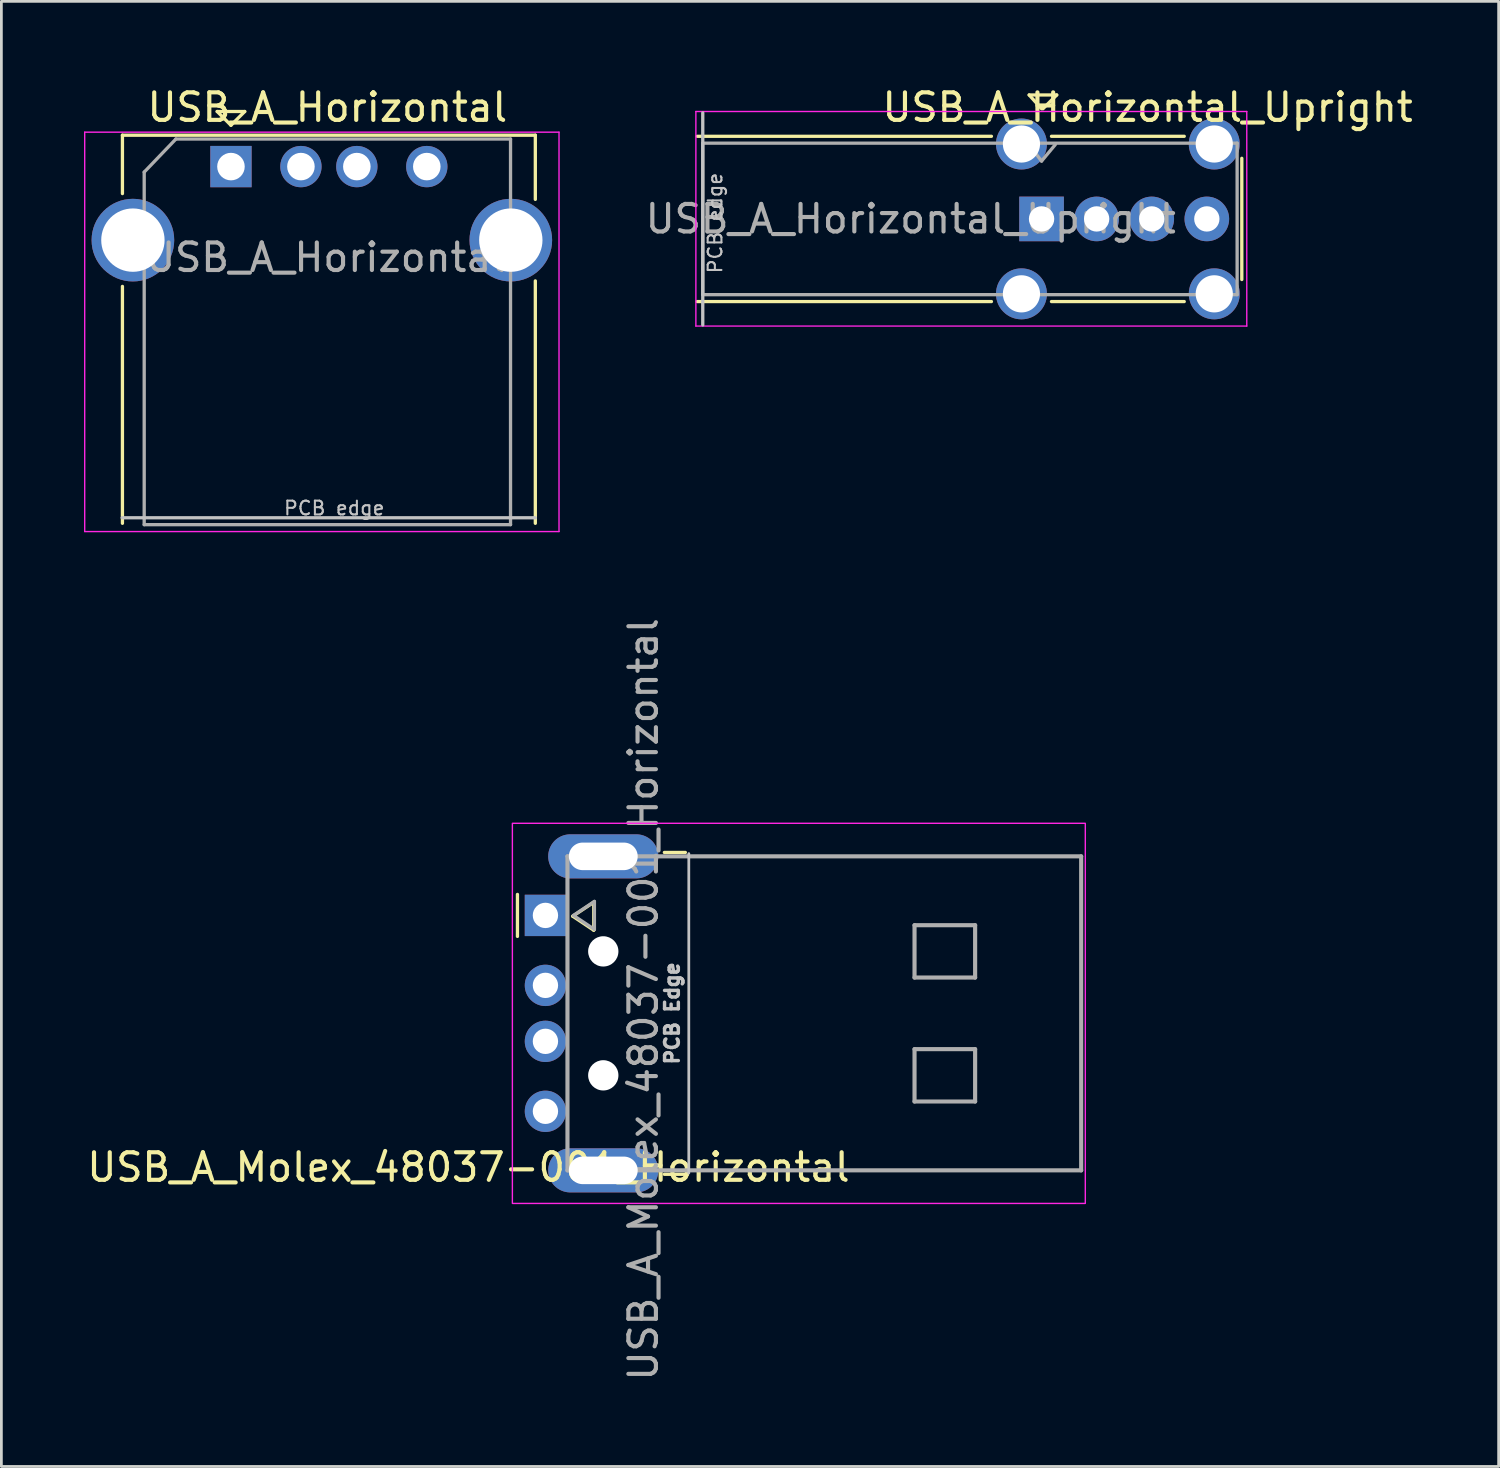
<source format=kicad_pcb>
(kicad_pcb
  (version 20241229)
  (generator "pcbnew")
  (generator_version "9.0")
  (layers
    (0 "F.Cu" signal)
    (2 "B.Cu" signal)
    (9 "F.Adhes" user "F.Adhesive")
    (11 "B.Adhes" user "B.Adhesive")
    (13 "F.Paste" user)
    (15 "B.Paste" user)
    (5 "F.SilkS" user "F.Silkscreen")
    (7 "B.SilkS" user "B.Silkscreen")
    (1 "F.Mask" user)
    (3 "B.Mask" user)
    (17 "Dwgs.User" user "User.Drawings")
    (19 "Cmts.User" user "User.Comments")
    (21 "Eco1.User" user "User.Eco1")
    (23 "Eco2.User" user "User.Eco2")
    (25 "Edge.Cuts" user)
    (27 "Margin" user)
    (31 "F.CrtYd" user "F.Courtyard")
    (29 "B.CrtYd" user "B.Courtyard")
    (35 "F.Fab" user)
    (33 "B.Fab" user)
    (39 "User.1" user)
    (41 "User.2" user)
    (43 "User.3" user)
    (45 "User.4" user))
  (footprint "USB_A_Horizontal_Upright"
    (layer "F.Cu")
    (at 34.764 4.898)
    (property "Reference" "USB_A_Horizontal_Upright" (at 3.85 -4.05 0) (layer "F.SilkS") (effects (font (size 1 1) (thickness 0.15))))
    (attr through_hole)
    (fp_line (start -1.82 -3) (end -12.5 -3) (stroke (width 0.12) (type solid)) (layer "F.SilkS"))
    (fp_line (start -1.82 3) (end -12.5 3) (stroke (width 0.12) (type solid)) (layer "F.SilkS"))
    (fp_line (start -0.45 -4.5) (end 0.55 -4.5) (stroke (width 0.12) (type solid)) (layer "F.SilkS"))
    (fp_line (start 0 -4) (end -0.45 -4.5) (stroke (width 0.12) (type solid)) (layer "F.SilkS"))
    (fp_line (start 0.36 -3) (end 5.18 -3) (stroke (width 0.12) (type solid)) (layer "F.SilkS"))
    (fp_line (start 0.36 3) (end 5.18 3) (stroke (width 0.12) (type solid)) (layer "F.SilkS"))
    (fp_line (start 0.55 -4.5) (end 0.05 -4) (stroke (width 0.12) (type solid)) (layer "F.SilkS"))
    (fp_line (start 7.27 -2.2) (end 7.27 2.2) (stroke (width 0.12) (type solid)) (layer "F.SilkS"))
    (fp_line (start -12.3 3.85) (end -12.3 -3.85) (stroke (width 0.12) (type solid)) (layer "Dwgs.User"))
    (fp_line (start -12.55 -3.9) (end -12.55 3.89) (stroke (width 0.05) (type solid)) (layer "F.CrtYd"))
    (fp_line (start -12.55 -3.9) (end 7.45 -3.9) (stroke (width 0.05) (type solid)) (layer "F.CrtYd"))
    (fp_line (start 7.45 3.89) (end -12.55 3.89) (stroke (width 0.05) (type solid)) (layer "F.CrtYd"))
    (fp_line (start 7.45 3.89) (end 7.45 -3.9) (stroke (width 0.05) (type solid)) (layer "F.CrtYd"))
    (fp_line (start -12.3 -2.75) (end -12.3 2.75) (stroke (width 0.12) (type solid)) (layer "F.Fab"))
    (fp_line (start -12.3 2.75) (end 7.1 2.75) (stroke (width 0.12) (type solid)) (layer "F.Fab"))
    (fp_line (start -0.5 -2.75) (end 0 -2.1) (stroke (width 0.12) (type solid)) (layer "F.Fab"))
    (fp_line (start 0 -2.1) (end 0.5 -2.7) (stroke (width 0.12) (type solid)) (layer "F.Fab"))
    (fp_line (start 7.1 -2.75) (end -12.3 -2.75) (stroke (width 0.12) (type solid)) (layer "F.Fab"))
    (fp_line (start 7.1 2.75) (end 7.1 -2.75) (stroke (width 0.12) (type solid)) (layer "F.Fab"))
    (fp_text user "PCB edge" (at -11.85 0.15 90) (layer "Dwgs.User") (effects (font (size 0.5 0.5) (thickness 0.075))))
    (fp_text user "${REFERENCE}" (at -4.75 0 0) (layer "F.Fab") (effects (font (size 1 1) (thickness 0.15))))
    (pad "1" thru_hole rect (at 0 0 90) (size 1.62 1.62) (drill 0.92) (layers "*.Cu" "*.Mask"))
    (pad "2" thru_hole circle (at 2 0 90) (size 1.62 1.62) (drill 0.92) (layers "*.Cu" "*.Mask"))
    (pad "3" thru_hole circle (at 4 0 90) (size 1.62 1.62) (drill 0.92) (layers "*.Cu" "*.Mask"))
    (pad "4" thru_hole circle (at 6 0 90) (size 1.62 1.62) (drill 0.92) (layers "*.Cu" "*.Mask"))
    (pad "5" thru_hole circle (at -0.73 -2.72 90) (size 1.85 1.85) (drill 1.35) (layers "*.Cu" "*.Mask"))
    (pad "5" thru_hole circle (at -0.73 2.72 90) (size 1.85 1.85) (drill 1.35) (layers "*.Cu" "*.Mask"))
    (pad "5" thru_hole circle (at 6.27 -2.72 90) (size 1.85 1.85) (drill 1.35) (layers "*.Cu" "*.Mask"))
    (pad "5" thru_hole circle (at 6.27 2.72 90) (size 1.85 1.85) (drill 1.35) (layers "*.Cu" "*.Mask")))
  (footprint "USB_A_Molex_48037-001_Horizontal"
    (layer "F.Cu")
    (at 16.752 33.74)
    (property "Reference" "USB_A_Molex_48037-001_Horizontal" (at -2.794 5.588 0) (layer "F.SilkS") (effects (font (size 1 1) (thickness 0.15))))
    (attr through_hole)
    (fp_line (start -1.016 -4.318) (end -1.016 -2.794) (stroke (width 0.12) (type solid)) (layer "F.SilkS"))
    (fp_line (start 0.992 -3.527) (end 1.754 -4.035) (stroke (width 0.12) (type solid)) (layer "F.SilkS"))
    (fp_line (start 1.754 -4.035) (end 1.754 -3.019) (stroke (width 0.12) (type solid)) (layer "F.SilkS"))
    (fp_line (start 1.754 -3.019) (end 0.992 -3.527) (stroke (width 0.12) (type solid)) (layer "F.SilkS"))
    (fp_line (start 4.318 -5.842) (end 5.08 -5.842) (stroke (width 0.12) (type solid)) (layer "F.SilkS"))
    (fp_line (start 5.08 5.842) (end 4.318 5.842) (stroke (width 0.12) (type solid)) (layer "F.SilkS"))
    (fp_line (start 5.205 -5.8) (end 5.205 5.8) (stroke (width 0.1) (type solid)) (layer "Dwgs.User"))
    (fp_rect (start -1.2 -6.9) (end 19.6 6.9) (stroke (width 0.05) (type solid)) (fill no) (layer "F.CrtYd"))
    (fp_line (start 0.8 -5.7) (end 0.8 5.7) (stroke (width 0.15) (type solid)) (layer "F.Fab"))
    (fp_line (start 0.8 5.7) (end 19.45 5.7) (stroke (width 0.15) (type solid)) (layer "F.Fab"))
    (fp_line (start 1.016 -3.556) (end 1.778 -4.064) (stroke (width 0.12) (type solid)) (layer "F.Fab"))
    (fp_line (start 1.778 -4.064) (end 1.778 -3.048) (stroke (width 0.12) (type solid)) (layer "F.Fab"))
    (fp_line (start 1.778 -3.048) (end 1.016 -3.556) (stroke (width 0.12) (type solid)) (layer "F.Fab"))
    (fp_line (start 13.4 -3.2) (end 15.6 -3.2) (stroke (width 0.15) (type solid)) (layer "F.Fab"))
    (fp_line (start 13.4 -1.3) (end 13.4 -3.2) (stroke (width 0.15) (type solid)) (layer "F.Fab"))
    (fp_line (start 13.4 1.3) (end 13.4 3.2) (stroke (width 0.15) (type solid)) (layer "F.Fab"))
    (fp_line (start 13.4 1.3) (end 15.6 1.3) (stroke (width 0.15) (type solid)) (layer "F.Fab"))
    (fp_line (start 13.4 3.2) (end 15.6 3.2) (stroke (width 0.15) (type solid)) (layer "F.Fab"))
    (fp_line (start 15.6 -3.2) (end 15.6 -1.3) (stroke (width 0.15) (type solid)) (layer "F.Fab"))
    (fp_line (start 15.6 -1.3) (end 13.4 -1.3) (stroke (width 0.15) (type solid)) (layer "F.Fab"))
    (fp_line (start 15.6 3.2) (end 15.6 1.3) (stroke (width 0.15) (type solid)) (layer "F.Fab"))
    (fp_line (start 19.45 -5.7) (end 0.8 -5.7) (stroke (width 0.15) (type solid)) (layer "F.Fab"))
    (fp_line (start 19.45 5.7) (end 19.45 -5.7) (stroke (width 0.15) (type solid)) (layer "F.Fab"))
    (fp_text user "PCB Edge" (at 4.6 0 90) (unlocked yes) (layer "Dwgs.User") (effects (font (size 0.5 0.5) (thickness 0.125))))
    (fp_text user "${REFERENCE}" (at 3.556 -0.508 90) (layer "F.Fab") (effects (font (size 1 1) (thickness 0.15))))
    (pad "" thru_hole oval (at 2.1 -5.7) (size 4 1.6) (drill oval 2.5 1) (layers "*.Cu" "*.Mask"))
    (pad "" np_thru_hole circle (at 2.1 -2.25) (size 1.1 1.1) (drill 1.1) (layers "*.Cu" "*.Mask"))
    (pad "" np_thru_hole circle (at 2.1 2.25) (size 1.1 1.1) (drill 1.1) (layers "*.Cu" "*.Mask"))
    (pad "" thru_hole oval (at 2.1 5.7) (size 4 1.6) (drill oval 2.5 1) (layers "*.Cu" "*.Mask"))
    (pad "1" thru_hole rect (at 0 -3.556) (size 1.501 1.501) (drill 0.92) (layers "*.Cu" "*.Mask"))
    (pad "2" thru_hole circle (at 0 -1.016) (size 1.501 1.501) (drill 0.92) (layers "*.Cu" "*.Mask"))
    (pad "3" thru_hole circle (at 0 1.016) (size 1.501 1.501) (drill 0.92) (layers "*.Cu" "*.Mask"))
    (pad "4" thru_hole circle (at 0 3.556) (size 1.501 1.501) (drill 0.92) (layers "*.Cu" "*.Mask")))
  (footprint "USB_A_Horizontal"
    (layer "F.Cu")
    (at 5.335 2.998)
    (property "Reference" "USB_A_Horizontal" (at 3.5 -2.15 0) (layer "F.SilkS") (effects (font (size 1 1) (thickness 0.15))))
    (attr through_hole)
    (fp_line (start -3.94 -1.14) (end -3.94 0.98) (stroke (width 0.12) (type solid)) (layer "F.SilkS"))
    (fp_line (start -3.94 4.35) (end -3.94 12.95) (stroke (width 0.12) (type solid)) (layer "F.SilkS"))
    (fp_line (start -0.5 -2) (end 0.5 -2) (stroke (width 0.12) (type solid)) (layer "F.SilkS"))
    (fp_line (start 0 -1.5) (end -0.5 -2) (stroke (width 0.12) (type solid)) (layer "F.SilkS"))
    (fp_line (start 0.5 -2) (end 0 -1.5) (stroke (width 0.12) (type solid)) (layer "F.SilkS"))
    (fp_line (start 11.05 -1.14) (end -3.94 -1.14) (stroke (width 0.12) (type solid)) (layer "F.SilkS"))
    (fp_line (start 11.05 -1.14) (end 11.05 1.19) (stroke (width 0.12) (type solid)) (layer "F.SilkS"))
    (fp_line (start 11.05 4.15) (end 11.05 12.95) (stroke (width 0.12) (type solid)) (layer "F.SilkS"))
    (fp_line (start 11.05 12.75) (end -3.95 12.75) (stroke (width 0.12) (type solid)) (layer "Dwgs.User"))
    (fp_line (start -5.31 -1.25) (end -5.31 13.25) (stroke (width 0.05) (type solid)) (layer "F.CrtYd"))
    (fp_line (start -5.31 -1.25) (end 11.91 -1.25) (stroke (width 0.05) (type solid)) (layer "F.CrtYd"))
    (fp_line (start 11.91 13.25) (end -5.31 13.25) (stroke (width 0.05) (type solid)) (layer "F.CrtYd"))
    (fp_line (start 11.91 13.25) (end 11.91 -1.25) (stroke (width 0.05) (type solid)) (layer "F.CrtYd"))
    (fp_line (start -3.15 0.2) (end -3.15 13) (stroke (width 0.12) (type solid)) (layer "F.Fab"))
    (fp_line (start -3.15 13) (end 10.15 13) (stroke (width 0.12) (type solid)) (layer "F.Fab"))
    (fp_line (start -2 -1) (end -3.15 0.2) (stroke (width 0.12) (type solid)) (layer "F.Fab"))
    (fp_line (start 10.15 -1) (end -2 -1) (stroke (width 0.12) (type solid)) (layer "F.Fab"))
    (fp_line (start 10.15 13) (end 10.15 -1) (stroke (width 0.12) (type solid)) (layer "F.Fab"))
    (fp_text user "PCB edge" (at 3.75 12.4 0) (layer "Dwgs.User") (effects (font (size 0.5 0.5) (thickness 0.075))))
    (fp_text user "${REFERENCE}" (at 3.45 3.3 0) (layer "F.Fab") (effects (font (size 1 1) (thickness 0.15))))
    (pad "1" thru_hole rect (at 0 0 270) (size 1.5 1.5) (drill 1) (layers "*.Cu" "*.Mask"))
    (pad "2" thru_hole circle (at 2.54 0 270) (size 1.5 1.5) (drill 1) (layers "*.Cu" "*.Mask"))
    (pad "3" thru_hole circle (at 4.57 0 270) (size 1.5 1.5) (drill 1) (layers "*.Cu" "*.Mask"))
    (pad "4" thru_hole circle (at 7.11 0 270) (size 1.5 1.5) (drill 1) (layers "*.Cu" "*.Mask"))
    (pad "5" thru_hole circle (at -3.56 2.67 270) (size 3 3) (drill 2.3) (layers "*.Cu" "*.Mask"))
    (pad "5" thru_hole circle (at 10.16 2.67 270) (size 3 3) (drill 2.3) (layers "*.Cu" "*.Mask")))
  (gr_rect
    (start -3 -3)
    (end 51.358 50.19)
    (stroke (width 0.1) (type default))
    (fill no)
    (layer "Edge.Cuts")))
</source>
